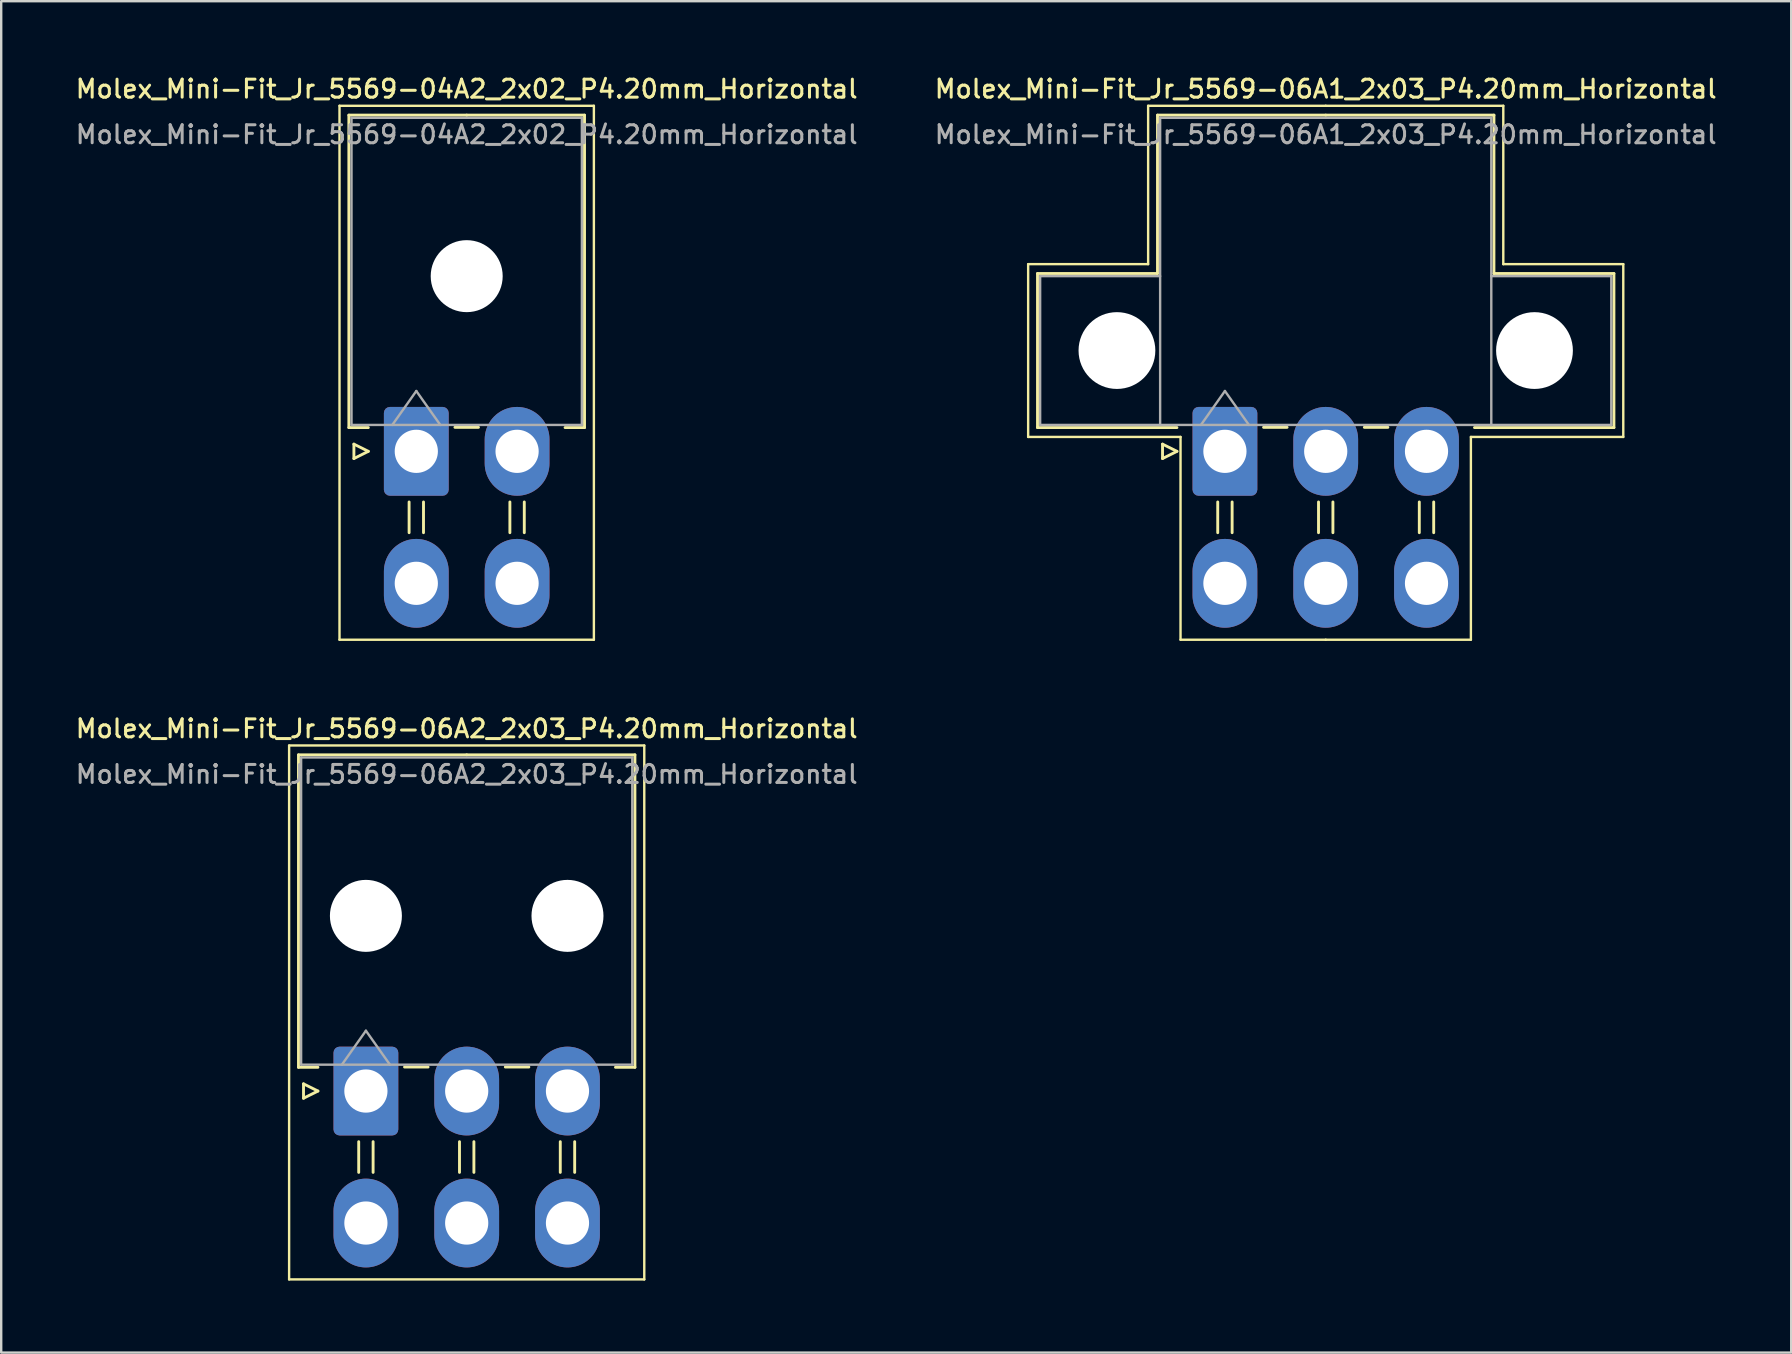
<source format=kicad_pcb>
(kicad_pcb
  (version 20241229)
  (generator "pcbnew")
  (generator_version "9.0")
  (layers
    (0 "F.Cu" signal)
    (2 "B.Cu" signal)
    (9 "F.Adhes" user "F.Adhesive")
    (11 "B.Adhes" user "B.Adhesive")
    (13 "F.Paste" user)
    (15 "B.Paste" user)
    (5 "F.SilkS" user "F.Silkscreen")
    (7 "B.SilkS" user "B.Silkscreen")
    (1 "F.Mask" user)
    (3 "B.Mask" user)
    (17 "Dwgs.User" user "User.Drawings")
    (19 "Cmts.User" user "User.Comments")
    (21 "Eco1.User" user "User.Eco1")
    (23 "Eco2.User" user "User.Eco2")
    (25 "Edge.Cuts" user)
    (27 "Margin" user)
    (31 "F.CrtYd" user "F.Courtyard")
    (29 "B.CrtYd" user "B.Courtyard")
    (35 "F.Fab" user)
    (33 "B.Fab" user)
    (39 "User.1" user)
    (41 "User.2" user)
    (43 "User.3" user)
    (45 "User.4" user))
  (footprint "Molex_Mini-Fit_Jr_5569-04A2_2x02_P4.20mm_Horizontal"
    (layer "F.Cu")
    (at 14.298 15.758)
    (property "Reference" "Molex_Mini-Fit_Jr_5569-04A2_2x02_P4.20mm_Horizontal" (at 2.1 -15.1 0) (layer "F.SilkS") (effects (font (size 0.75 0.75) (thickness 0.125))))
    (attr through_hole)
    (fp_line (start -3.2 -14.4) (end -3.2 7.85) (stroke (width 0.1) (type solid)) (layer "F.SilkS"))
    (fp_line (start -3.2 7.85) (end 7.4 7.85) (stroke (width 0.1) (type solid)) (layer "F.SilkS"))
    (fp_line (start -2.81 -14.01) (end 2.1 -14.01) (stroke (width 0.12) (type solid)) (layer "F.SilkS"))
    (fp_line (start -2.81 -0.99) (end -2.81 -14.01) (stroke (width 0.12) (type solid)) (layer "F.SilkS"))
    (fp_line (start -2.6 -0.3) (end -2 0) (stroke (width 0.12) (type solid)) (layer "F.SilkS"))
    (fp_line (start -2.6 0.3) (end -2.6 -0.3) (stroke (width 0.12) (type solid)) (layer "F.SilkS"))
    (fp_line (start -2 -0.99) (end -2.81 -0.99) (stroke (width 0.12) (type solid)) (layer "F.SilkS"))
    (fp_line (start -2 0) (end -2.6 0.3) (stroke (width 0.12) (type solid)) (layer "F.SilkS"))
    (fp_line (start -0.3 2.11) (end -0.3 3.39) (stroke (width 0.12) (type solid)) (layer "F.SilkS"))
    (fp_line (start 0.3 2.11) (end 0.3 3.39) (stroke (width 0.12) (type solid)) (layer "F.SilkS"))
    (fp_line (start 1.61 -1) (end 2.59 -1) (stroke (width 0.12) (type solid)) (layer "F.SilkS"))
    (fp_line (start 3.9 2.11) (end 3.9 3.39) (stroke (width 0.12) (type solid)) (layer "F.SilkS"))
    (fp_line (start 4.5 2.11) (end 4.5 3.39) (stroke (width 0.12) (type solid)) (layer "F.SilkS"))
    (fp_line (start 6.2 -0.99) (end 7.01 -0.99) (stroke (width 0.12) (type solid)) (layer "F.SilkS"))
    (fp_line (start 7.01 -14.01) (end 2.1 -14.01) (stroke (width 0.12) (type solid)) (layer "F.SilkS"))
    (fp_line (start 7.01 -0.99) (end 7.01 -14.01) (stroke (width 0.12) (type solid)) (layer "F.SilkS"))
    (fp_line (start 7.4 -14.4) (end -3.2 -14.4) (stroke (width 0.1) (type solid)) (layer "F.SilkS"))
    (fp_line (start 7.4 7.85) (end 7.4 -14.4) (stroke (width 0.1) (type solid)) (layer "F.SilkS"))
    (fp_line (start -2.7 -13.9) (end -2.7 -1.1) (stroke (width 0.1) (type solid)) (layer "F.Fab"))
    (fp_line (start -2.7 -1.1) (end 6.9 -1.1) (stroke (width 0.1) (type solid)) (layer "F.Fab"))
    (fp_line (start -1 -1.1) (end 0 -2.514) (stroke (width 0.1) (type solid)) (layer "F.Fab"))
    (fp_line (start 0 -2.514) (end 1 -1.1) (stroke (width 0.1) (type solid)) (layer "F.Fab"))
    (fp_line (start 6.9 -13.9) (end -2.7 -13.9) (stroke (width 0.1) (type solid)) (layer "F.Fab"))
    (fp_line (start 6.9 -1.1) (end 6.9 -13.9) (stroke (width 0.1) (type solid)) (layer "F.Fab"))
    (fp_text user "${REFERENCE}" (at 2.1 -13.2 0) (layer "F.Fab") (effects (font (size 0.75 0.75) (thickness 0.125))))
    (pad "" np_thru_hole circle (at 2.1 -7.3) (size 3 3) (drill 3) (layers "*.Cu" "*.Mask"))
    (pad "1" thru_hole roundrect (at 0 0) (size 2.7 3.7) (drill 1.8) (layers "*.Cu" "*.Mask") (roundrect_rratio 0.093))
    (pad "2" thru_hole oval (at 4.2 0) (size 2.7 3.7) (drill 1.8) (layers "*.Cu" "*.Mask"))
    (pad "3" thru_hole oval (at 0 5.5) (size 2.7 3.7) (drill 1.8) (layers "*.Cu" "*.Mask"))
    (pad "4" thru_hole oval (at 4.2 5.5) (size 2.7 3.7) (drill 1.8) (layers "*.Cu" "*.Mask")))
  (footprint "Molex_Mini-Fit_Jr_5569-06A1_2x03_P4.20mm_Horizontal"
    (layer "F.Cu")
    (at 47.995 15.758)
    (property "Reference" "Molex_Mini-Fit_Jr_5569-06A1_2x03_P4.20mm_Horizontal" (at 4.2 -15.1 0) (layer "F.SilkS") (effects (font (size 0.75 0.75) (thickness 0.125))))
    (attr through_hole)
    (fp_line (start -8.2 -7.8) (end -8.2 -0.6) (stroke (width 0.1) (type solid)) (layer "F.SilkS"))
    (fp_line (start -8.2 -0.6) (end -1.85 -0.6) (stroke (width 0.1) (type solid)) (layer "F.SilkS"))
    (fp_line (start -7.81 -7.41) (end -7.81 -0.99) (stroke (width 0.12) (type solid)) (layer "F.SilkS"))
    (fp_line (start -7.81 -0.99) (end -2 -0.99) (stroke (width 0.12) (type solid)) (layer "F.SilkS"))
    (fp_line (start -3.2 -14.4) (end -3.2 -7.8) (stroke (width 0.1) (type solid)) (layer "F.SilkS"))
    (fp_line (start -3.2 -7.8) (end -8.2 -7.8) (stroke (width 0.1) (type solid)) (layer "F.SilkS"))
    (fp_line (start -2.81 -14.01) (end -2.81 -7.41) (stroke (width 0.12) (type solid)) (layer "F.SilkS"))
    (fp_line (start -2.81 -7.41) (end -7.81 -7.41) (stroke (width 0.12) (type solid)) (layer "F.SilkS"))
    (fp_line (start -2.6 -0.3) (end -2 0) (stroke (width 0.12) (type solid)) (layer "F.SilkS"))
    (fp_line (start -2.6 0.3) (end -2.6 -0.3) (stroke (width 0.12) (type solid)) (layer "F.SilkS"))
    (fp_line (start -2 0) (end -2.6 0.3) (stroke (width 0.12) (type solid)) (layer "F.SilkS"))
    (fp_line (start -1.85 -0.6) (end -1.85 7.85) (stroke (width 0.1) (type solid)) (layer "F.SilkS"))
    (fp_line (start -1.85 7.85) (end 4.2 7.85) (stroke (width 0.1) (type solid)) (layer "F.SilkS"))
    (fp_line (start -0.3 2.11) (end -0.3 3.39) (stroke (width 0.12) (type solid)) (layer "F.SilkS"))
    (fp_line (start 0.3 2.11) (end 0.3 3.39) (stroke (width 0.12) (type solid)) (layer "F.SilkS"))
    (fp_line (start 1.61 -1) (end 2.59 -1) (stroke (width 0.12) (type solid)) (layer "F.SilkS"))
    (fp_line (start 3.9 2.11) (end 3.9 3.39) (stroke (width 0.12) (type solid)) (layer "F.SilkS"))
    (fp_line (start 4.2 -14.4) (end -3.2 -14.4) (stroke (width 0.1) (type solid)) (layer "F.SilkS"))
    (fp_line (start 4.2 -14.4) (end 11.6 -14.4) (stroke (width 0.1) (type solid)) (layer "F.SilkS"))
    (fp_line (start 4.2 -14.01) (end -2.81 -14.01) (stroke (width 0.12) (type solid)) (layer "F.SilkS"))
    (fp_line (start 4.2 -14.01) (end 11.21 -14.01) (stroke (width 0.12) (type solid)) (layer "F.SilkS"))
    (fp_line (start 4.5 2.11) (end 4.5 3.39) (stroke (width 0.12) (type solid)) (layer "F.SilkS"))
    (fp_line (start 5.81 -1) (end 6.79 -1) (stroke (width 0.12) (type solid)) (layer "F.SilkS"))
    (fp_line (start 8.1 2.11) (end 8.1 3.39) (stroke (width 0.12) (type solid)) (layer "F.SilkS"))
    (fp_line (start 8.7 2.11) (end 8.7 3.39) (stroke (width 0.12) (type solid)) (layer "F.SilkS"))
    (fp_line (start 10.25 -0.6) (end 10.25 7.85) (stroke (width 0.1) (type solid)) (layer "F.SilkS"))
    (fp_line (start 10.25 7.85) (end 4.2 7.85) (stroke (width 0.1) (type solid)) (layer "F.SilkS"))
    (fp_line (start 11.21 -14.01) (end 11.21 -7.41) (stroke (width 0.12) (type solid)) (layer "F.SilkS"))
    (fp_line (start 11.21 -7.41) (end 16.21 -7.41) (stroke (width 0.12) (type solid)) (layer "F.SilkS"))
    (fp_line (start 11.6 -14.4) (end 11.6 -7.8) (stroke (width 0.1) (type solid)) (layer "F.SilkS"))
    (fp_line (start 11.6 -7.8) (end 16.6 -7.8) (stroke (width 0.1) (type solid)) (layer "F.SilkS"))
    (fp_line (start 16.21 -7.41) (end 16.21 -0.99) (stroke (width 0.12) (type solid)) (layer "F.SilkS"))
    (fp_line (start 16.21 -0.99) (end 10.4 -0.99) (stroke (width 0.12) (type solid)) (layer "F.SilkS"))
    (fp_line (start 16.6 -7.8) (end 16.6 -0.6) (stroke (width 0.1) (type solid)) (layer "F.SilkS"))
    (fp_line (start 16.6 -0.6) (end 10.25 -0.6) (stroke (width 0.1) (type solid)) (layer "F.SilkS"))
    (fp_line (start -7.7 -7.3) (end -7.7 -1.1) (stroke (width 0.1) (type solid)) (layer "F.Fab"))
    (fp_line (start -7.7 -1.1) (end -2.7 -1.1) (stroke (width 0.1) (type solid)) (layer "F.Fab"))
    (fp_line (start -2.7 -13.9) (end -2.7 -1.1) (stroke (width 0.1) (type solid)) (layer "F.Fab"))
    (fp_line (start -2.7 -7.3) (end -7.7 -7.3) (stroke (width 0.1) (type solid)) (layer "F.Fab"))
    (fp_line (start -2.7 -1.1) (end 11.1 -1.1) (stroke (width 0.1) (type solid)) (layer "F.Fab"))
    (fp_line (start -1 -1.1) (end 0 -2.514) (stroke (width 0.1) (type solid)) (layer "F.Fab"))
    (fp_line (start 0 -2.514) (end 1 -1.1) (stroke (width 0.1) (type solid)) (layer "F.Fab"))
    (fp_line (start 11.1 -13.9) (end -2.7 -13.9) (stroke (width 0.1) (type solid)) (layer "F.Fab"))
    (fp_line (start 11.1 -7.3) (end 16.1 -7.3) (stroke (width 0.1) (type solid)) (layer "F.Fab"))
    (fp_line (start 11.1 -1.1) (end 11.1 -13.9) (stroke (width 0.1) (type solid)) (layer "F.Fab"))
    (fp_line (start 16.1 -7.3) (end 16.1 -1.1) (stroke (width 0.1) (type solid)) (layer "F.Fab"))
    (fp_line (start 16.1 -1.1) (end 11.1 -1.1) (stroke (width 0.1) (type solid)) (layer "F.Fab"))
    (fp_text user "${REFERENCE}" (at 4.2 -13.2 0) (layer "F.Fab") (effects (font (size 0.75 0.75) (thickness 0.125))))
    (pad "" np_thru_hole circle (at -4.5 -4.2) (size 3.2 3.2) (drill 3.2) (layers "*.Cu" "*.Mask"))
    (pad "" np_thru_hole circle (at 12.9 -4.2) (size 3.2 3.2) (drill 3.2) (layers "*.Cu" "*.Mask"))
    (pad "1" thru_hole roundrect (at 0 0) (size 2.7 3.7) (drill 1.8) (layers "*.Cu" "*.Mask") (roundrect_rratio 0.093))
    (pad "2" thru_hole oval (at 4.2 0) (size 2.7 3.7) (drill 1.8) (layers "*.Cu" "*.Mask"))
    (pad "3" thru_hole oval (at 8.4 0) (size 2.7 3.7) (drill 1.8) (layers "*.Cu" "*.Mask"))
    (pad "4" thru_hole oval (at 0 5.5) (size 2.7 3.7) (drill 1.8) (layers "*.Cu" "*.Mask"))
    (pad "5" thru_hole oval (at 4.2 5.5) (size 2.7 3.7) (drill 1.8) (layers "*.Cu" "*.Mask"))
    (pad "6" thru_hole oval (at 8.4 5.5) (size 2.7 3.7) (drill 1.8) (layers "*.Cu" "*.Mask")))
  (footprint "Molex_Mini-Fit_Jr_5569-06A2_2x03_P4.20mm_Horizontal"
    (layer "F.Cu")
    (at 12.198 42.416)
    (property "Reference" "Molex_Mini-Fit_Jr_5569-06A2_2x03_P4.20mm_Horizontal" (at 4.2 -15.1 0) (layer "F.SilkS") (effects (font (size 0.75 0.75) (thickness 0.125))))
    (attr through_hole)
    (fp_line (start -3.2 -14.4) (end -3.2 7.85) (stroke (width 0.1) (type solid)) (layer "F.SilkS"))
    (fp_line (start -3.2 7.85) (end 11.6 7.85) (stroke (width 0.1) (type solid)) (layer "F.SilkS"))
    (fp_line (start -2.81 -14.01) (end 4.2 -14.01) (stroke (width 0.12) (type solid)) (layer "F.SilkS"))
    (fp_line (start -2.81 -0.99) (end -2.81 -14.01) (stroke (width 0.12) (type solid)) (layer "F.SilkS"))
    (fp_line (start -2.6 -0.3) (end -2 0) (stroke (width 0.12) (type solid)) (layer "F.SilkS"))
    (fp_line (start -2.6 0.3) (end -2.6 -0.3) (stroke (width 0.12) (type solid)) (layer "F.SilkS"))
    (fp_line (start -2 -0.99) (end -2.81 -0.99) (stroke (width 0.12) (type solid)) (layer "F.SilkS"))
    (fp_line (start -2 0) (end -2.6 0.3) (stroke (width 0.12) (type solid)) (layer "F.SilkS"))
    (fp_line (start -0.3 2.11) (end -0.3 3.39) (stroke (width 0.12) (type solid)) (layer "F.SilkS"))
    (fp_line (start 0.3 2.11) (end 0.3 3.39) (stroke (width 0.12) (type solid)) (layer "F.SilkS"))
    (fp_line (start 1.61 -1) (end 2.59 -1) (stroke (width 0.12) (type solid)) (layer "F.SilkS"))
    (fp_line (start 3.9 2.11) (end 3.9 3.39) (stroke (width 0.12) (type solid)) (layer "F.SilkS"))
    (fp_line (start 4.5 2.11) (end 4.5 3.39) (stroke (width 0.12) (type solid)) (layer "F.SilkS"))
    (fp_line (start 5.81 -1) (end 6.79 -1) (stroke (width 0.12) (type solid)) (layer "F.SilkS"))
    (fp_line (start 8.1 2.11) (end 8.1 3.39) (stroke (width 0.12) (type solid)) (layer "F.SilkS"))
    (fp_line (start 8.7 2.11) (end 8.7 3.39) (stroke (width 0.12) (type solid)) (layer "F.SilkS"))
    (fp_line (start 10.4 -0.99) (end 11.21 -0.99) (stroke (width 0.12) (type solid)) (layer "F.SilkS"))
    (fp_line (start 11.21 -14.01) (end 4.2 -14.01) (stroke (width 0.12) (type solid)) (layer "F.SilkS"))
    (fp_line (start 11.21 -0.99) (end 11.21 -14.01) (stroke (width 0.12) (type solid)) (layer "F.SilkS"))
    (fp_line (start 11.6 -14.4) (end -3.2 -14.4) (stroke (width 0.1) (type solid)) (layer "F.SilkS"))
    (fp_line (start 11.6 7.85) (end 11.6 -14.4) (stroke (width 0.1) (type solid)) (layer "F.SilkS"))
    (fp_line (start -2.7 -13.9) (end -2.7 -1.1) (stroke (width 0.1) (type solid)) (layer "F.Fab"))
    (fp_line (start -2.7 -1.1) (end 11.1 -1.1) (stroke (width 0.1) (type solid)) (layer "F.Fab"))
    (fp_line (start -1 -1.1) (end 0 -2.514) (stroke (width 0.1) (type solid)) (layer "F.Fab"))
    (fp_line (start 0 -2.514) (end 1 -1.1) (stroke (width 0.1) (type solid)) (layer "F.Fab"))
    (fp_line (start 11.1 -13.9) (end -2.7 -13.9) (stroke (width 0.1) (type solid)) (layer "F.Fab"))
    (fp_line (start 11.1 -1.1) (end 11.1 -13.9) (stroke (width 0.1) (type solid)) (layer "F.Fab"))
    (fp_text user "${REFERENCE}" (at 4.2 -13.2 0) (layer "F.Fab") (effects (font (size 0.75 0.75) (thickness 0.125))))
    (pad "" np_thru_hole circle (at 0 -7.3) (size 3 3) (drill 3) (layers "*.Cu" "*.Mask"))
    (pad "" np_thru_hole circle (at 8.4 -7.3) (size 3 3) (drill 3) (layers "*.Cu" "*.Mask"))
    (pad "1" thru_hole roundrect (at 0 0) (size 2.7 3.7) (drill 1.8) (layers "*.Cu" "*.Mask") (roundrect_rratio 0.093))
    (pad "2" thru_hole oval (at 4.2 0) (size 2.7 3.7) (drill 1.8) (layers "*.Cu" "*.Mask"))
    (pad "3" thru_hole oval (at 8.4 0) (size 2.7 3.7) (drill 1.8) (layers "*.Cu" "*.Mask"))
    (pad "4" thru_hole oval (at 0 5.5) (size 2.7 3.7) (drill 1.8) (layers "*.Cu" "*.Mask"))
    (pad "5" thru_hole oval (at 4.2 5.5) (size 2.7 3.7) (drill 1.8) (layers "*.Cu" "*.Mask"))
    (pad "6" thru_hole oval (at 8.4 5.5) (size 2.7 3.7) (drill 1.8) (layers "*.Cu" "*.Mask")))
  (gr_rect
    (start -3 -3)
    (end 71.593 53.316)
    (stroke (width 0.1) (type default))
    (fill no)
    (layer "Edge.Cuts")))
</source>
